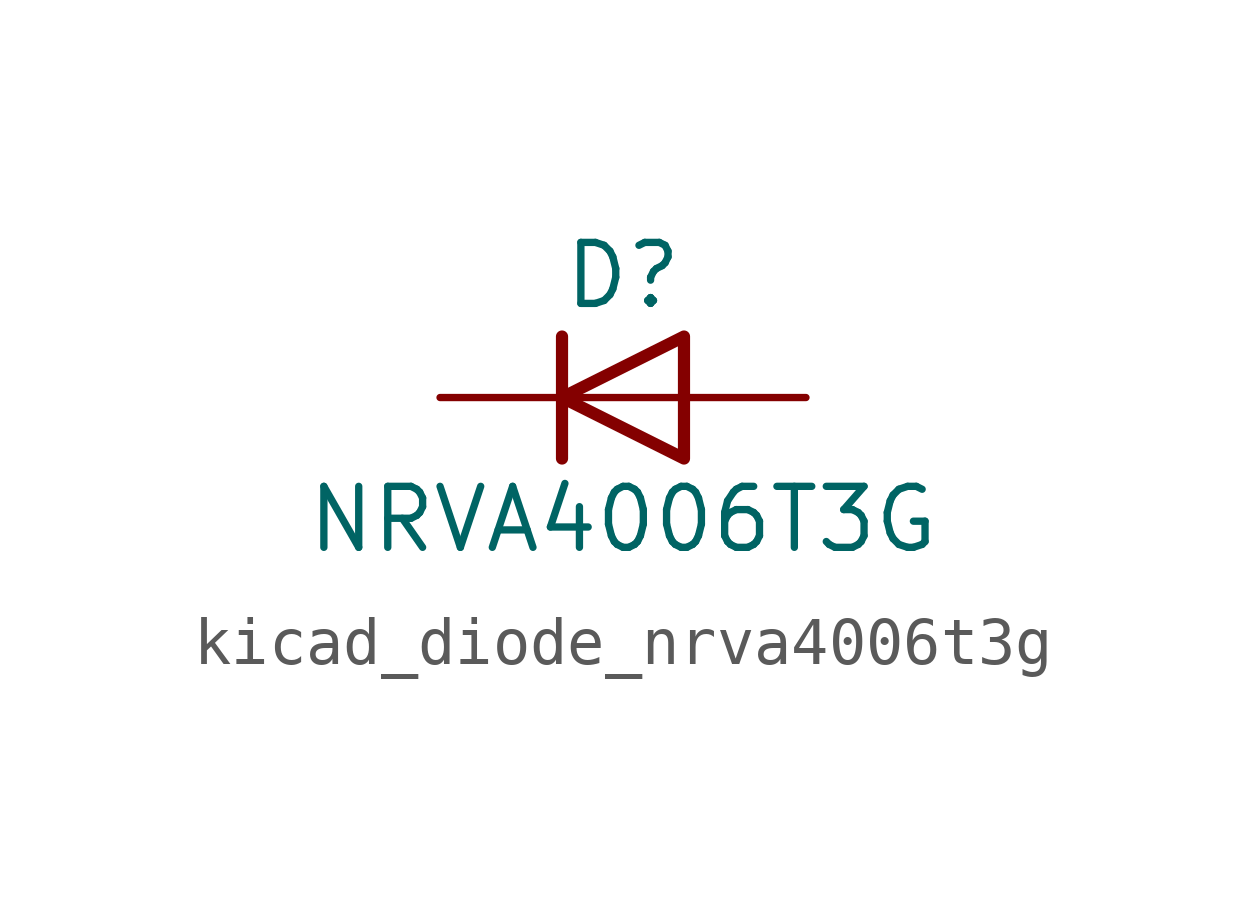
<source format=kicad_sym>
(kicad_symbol_lib
  (version 20220914)
  (generator kicad_symbol_editor)
  (symbol "kicad_diode_nrva4006t3g"
    (pin_numbers hide)
    (pin_names hide)
    (property "Reference" "D"
      (at 0 2.54 0)
      (effects (font (size 1.27 1.27))))
    (property "Value" "NRVA4006T3G"
      (at 0 -2.54 0)
      (effects (font (size 1.27 1.27))))
    (symbol "kicad_diode_nrva4006t3g_0_1"
      (polyline (pts (xy -1.27 1.27) (xy -1.27 -1.27)) (stroke (width 0.254) (type default)) (fill (type none)))
      (polyline (pts (xy 1.27 0) (xy -1.27 0)) (stroke (width 0) (type default)) (fill (type none)))
      (polyline (pts (xy 1.27 1.27) (xy 1.27 -1.27) (xy -1.27 0) (xy 1.27 1.27)) (stroke (width 0.254) (type default)) (fill (type none))))
    (symbol "kicad_diode_nrva4006t3g_1_1"
      (pin passive line (at -3.81 0 0) (length 2.54) (name "K" (effects (font (size 1.27 1.27)))) (number "1" (effects (font (size 1.27 1.27)))))
      (pin passive line (at 3.81 0 180) (length 2.54) (name "A" (effects (font (size 1.27 1.27)))) (number "2" (effects (font (size 1.27 1.27))))))))
</source>
